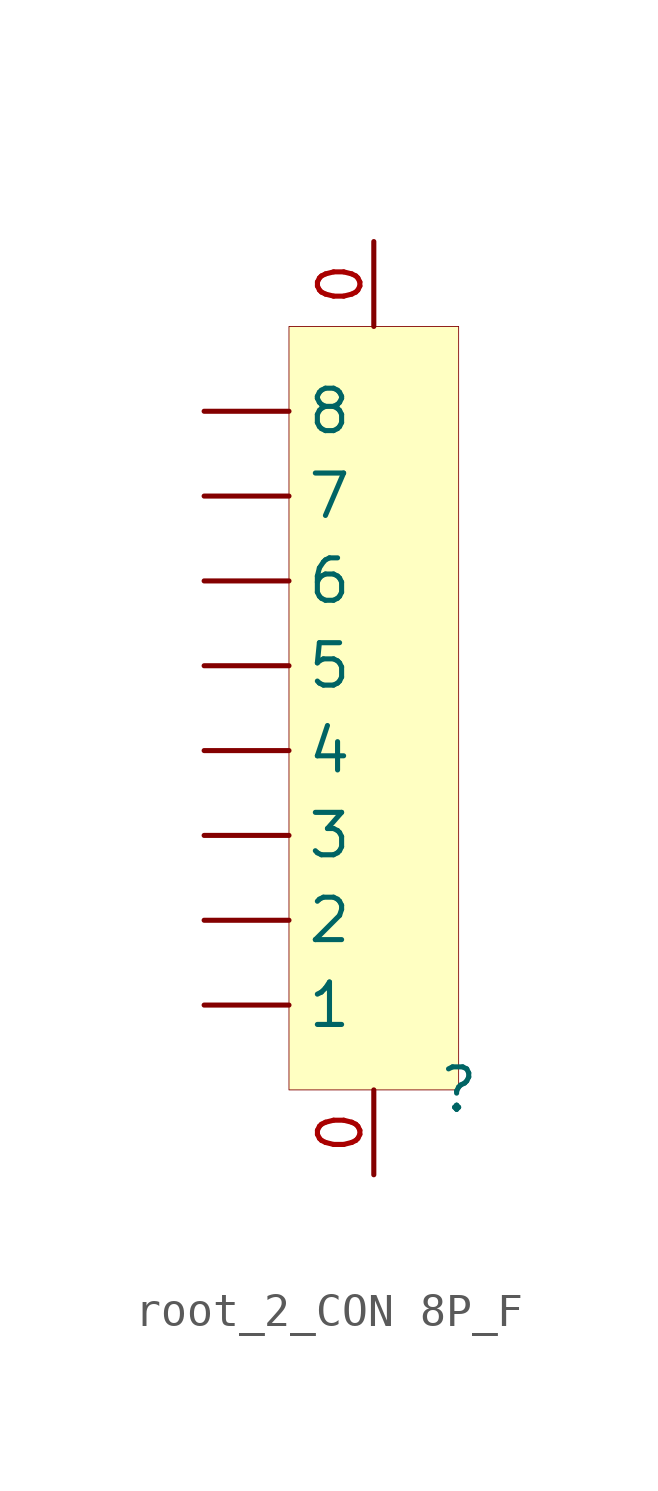
<source format=kicad_sym>
(kicad_symbol_lib
  (version 20231120)
  (generator "kicad_symbol_editor")
  (generator_version "8.0")
  (symbol "root_2_CON 8P_F"
    (property "Reference" ""
      (at 0 0 0)
      (effects (font (size 1.27 1.27))))
    (property "Value" ""
      (at 0 0 0)
      (effects (font (size 1.27 1.27))))
    (symbol "root_2_CON 8P_F_1_0"
      (rectangle (start 0 22.86) (end -5.08 0) (stroke (width 0.025) (type solid) (color 128 0 0 1)) (fill (type background)))
      (pin passive line (at -2.54 -2.54 90) (length 2.54) (name "0" (effects (font (size 0 0)))) (number "0" (effects (font (size 1.27 1.27)))))
      (pin passive line (at -2.54 25.4 270) (length 2.54) (name "0" (effects (font (size 0 0)))) (number "0" (effects (font (size 1.27 1.27)))))
      (pin passive line (at -7.62 2.54 0) (length 2.54) (name "1" (effects (font (size 1.27 1.27)))) (number "1" (effects (font (size 0 0)))))
      (pin passive line (at -7.62 5.08 0) (length 2.54) (name "2" (effects (font (size 1.27 1.27)))) (number "2" (effects (font (size 0 0)))))
      (pin passive line (at -7.62 7.62 0) (length 2.54) (name "3" (effects (font (size 1.27 1.27)))) (number "3" (effects (font (size 0 0)))))
      (pin passive line (at -7.62 10.16 0) (length 2.54) (name "4" (effects (font (size 1.27 1.27)))) (number "4" (effects (font (size 0 0)))))
      (pin passive line (at -7.62 12.7 0) (length 2.54) (name "5" (effects (font (size 1.27 1.27)))) (number "5" (effects (font (size 0 0)))))
      (pin passive line (at -7.62 15.24 0) (length 2.54) (name "6" (effects (font (size 1.27 1.27)))) (number "6" (effects (font (size 0 0)))))
      (pin passive line (at -7.62 17.78 0) (length 2.54) (name "7" (effects (font (size 1.27 1.27)))) (number "7" (effects (font (size 0 0)))))
      (pin passive line (at -7.62 20.32 0) (length 2.54) (name "8" (effects (font (size 1.27 1.27)))) (number "8" (effects (font (size 0 0))))))))
</source>
